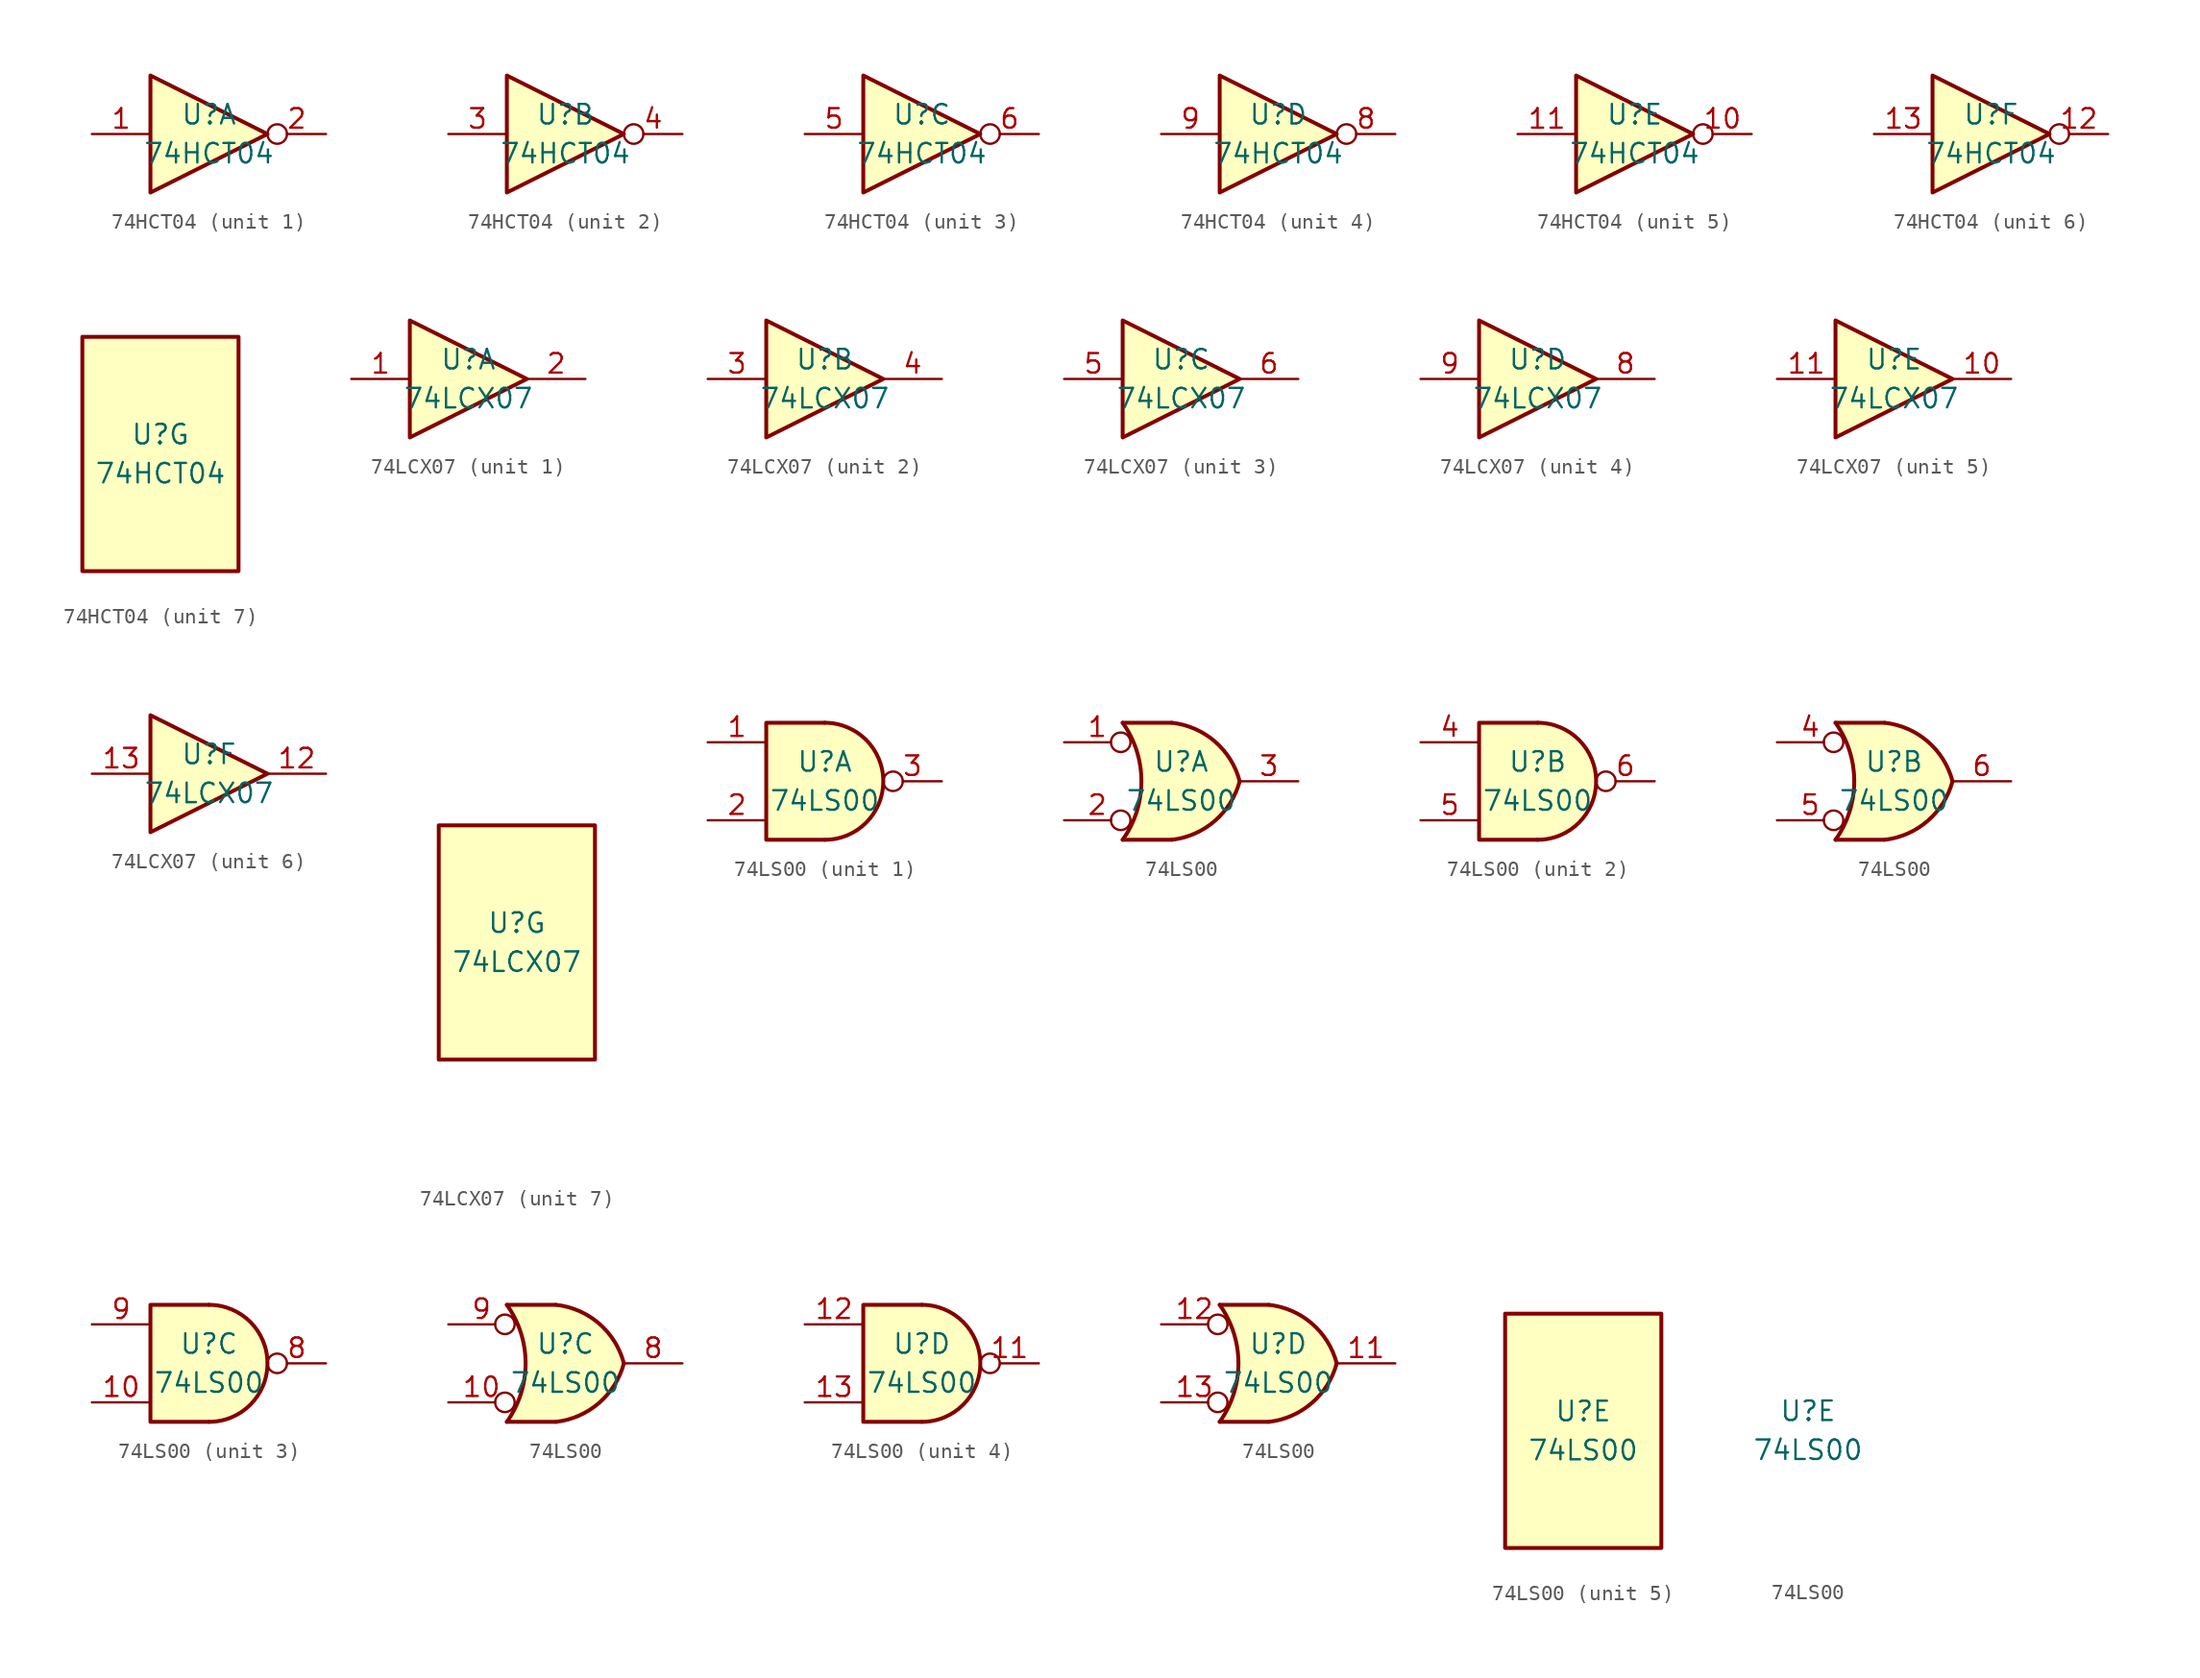
<source format=kicad_sym>
(kicad_symbol_lib
  (version 20211014)
  (generator kicad_symbol_editor)
  (symbol "74HCT04"
    (pin_names
      (offset 1.016))
    (property "Reference" "U"
      (at 0 1.27 0)
      (effects (font (size 1.27 1.27))))
    (property "Value" "74HCT04"
      (at 0 -1.27 0)
      (effects (font (size 1.27 1.27))))
    (property "ki_locked" ""
      (at 0 0 0)
      (effects (font (size 1.27 1.27))))
    (symbol "74HCT04_1_0"
      (polyline (pts (xy -3.81 3.81) (xy -3.81 -3.81) (xy 3.81 0) (xy -3.81 3.81)) (stroke (width 0.254) (type default) (color 0 0 0 0)) (fill (type background)))
      (pin input line (at -7.62 0 0) (length 3.81) (name "~" (effects (font (size 1.27 1.27)))) (number "1" (effects (font (size 1.27 1.27)))))
      (pin output inverted (at 7.62 0 180) (length 3.81) (name "~" (effects (font (size 1.27 1.27)))) (number "2" (effects (font (size 1.27 1.27))))))
    (symbol "74HCT04_2_0"
      (polyline (pts (xy -3.81 3.81) (xy -3.81 -3.81) (xy 3.81 0) (xy -3.81 3.81)) (stroke (width 0.254) (type default) (color 0 0 0 0)) (fill (type background)))
      (pin input line (at -7.62 0 0) (length 3.81) (name "~" (effects (font (size 1.27 1.27)))) (number "3" (effects (font (size 1.27 1.27)))))
      (pin output inverted (at 7.62 0 180) (length 3.81) (name "~" (effects (font (size 1.27 1.27)))) (number "4" (effects (font (size 1.27 1.27))))))
    (symbol "74HCT04_3_0"
      (polyline (pts (xy -3.81 3.81) (xy -3.81 -3.81) (xy 3.81 0) (xy -3.81 3.81)) (stroke (width 0.254) (type default) (color 0 0 0 0)) (fill (type background)))
      (pin input line (at -7.62 0 0) (length 3.81) (name "~" (effects (font (size 1.27 1.27)))) (number "5" (effects (font (size 1.27 1.27)))))
      (pin output inverted (at 7.62 0 180) (length 3.81) (name "~" (effects (font (size 1.27 1.27)))) (number "6" (effects (font (size 1.27 1.27))))))
    (symbol "74HCT04_4_0"
      (polyline (pts (xy -3.81 3.81) (xy -3.81 -3.81) (xy 3.81 0) (xy -3.81 3.81)) (stroke (width 0.254) (type default) (color 0 0 0 0)) (fill (type background)))
      (pin output inverted (at 7.62 0 180) (length 3.81) (name "~" (effects (font (size 1.27 1.27)))) (number "8" (effects (font (size 1.27 1.27)))))
      (pin input line (at -7.62 0 0) (length 3.81) (name "~" (effects (font (size 1.27 1.27)))) (number "9" (effects (font (size 1.27 1.27))))))
    (symbol "74HCT04_5_0"
      (polyline (pts (xy -3.81 3.81) (xy -3.81 -3.81) (xy 3.81 0) (xy -3.81 3.81)) (stroke (width 0.254) (type default) (color 0 0 0 0)) (fill (type background)))
      (pin output inverted (at 7.62 0 180) (length 3.81) (name "~" (effects (font (size 1.27 1.27)))) (number "10" (effects (font (size 1.27 1.27)))))
      (pin input line (at -7.62 0 0) (length 3.81) (name "~" (effects (font (size 1.27 1.27)))) (number "11" (effects (font (size 1.27 1.27))))))
    (symbol "74HCT04_6_0"
      (polyline (pts (xy -3.81 3.81) (xy -3.81 -3.81) (xy 3.81 0) (xy -3.81 3.81)) (stroke (width 0.254) (type default) (color 0 0 0 0)) (fill (type background)))
      (pin output inverted (at 7.62 0 180) (length 3.81) (name "~" (effects (font (size 1.27 1.27)))) (number "12" (effects (font (size 1.27 1.27)))))
      (pin input line (at -7.62 0 0) (length 3.81) (name "~" (effects (font (size 1.27 1.27)))) (number "13" (effects (font (size 1.27 1.27))))))
    (symbol "74HCT04_7_0"
      (pin power_in line (at 0 7.62 270) (length 5.08) hide (name "VCC" (effects (font (size 1.27 1.27)))) (number "14" (effects (font (size 1.27 1.27)))))
      (pin power_in line (at 1.27 -7.62 90) (length 5.08) hide (name "VSS" (effects (font (size 1.27 1.27)))) (number "7" (effects (font (size 1.27 1.27))))))
    (symbol "74HCT04_7_1"
      (rectangle (start -5.08 7.62) (end 5.08 -7.62) (stroke (width 0.254) (type default) (color 0 0 0 0)) (fill (type background)))))
  (symbol "74LCX07"
    (pin_names
      (offset 1.016))
    (property "Reference" "U"
      (at 0 1.27 0)
      (effects (font (size 1.27 1.27))))
    (property "Value" "74LCX07"
      (at 0 -1.27 0)
      (effects (font (size 1.27 1.27))))
    (property "ki_locked" ""
      (at 0 0 0)
      (effects (font (size 1.27 1.27))))
    (symbol "74LCX07_1_0"
      (polyline (pts (xy -3.81 3.81) (xy -3.81 -3.81) (xy 3.81 0) (xy -3.81 3.81)) (stroke (width 0.254) (type default) (color 0 0 0 0)) (fill (type background)))
      (pin input line (at -7.62 0 0) (length 3.81) (name "~" (effects (font (size 1.27 1.27)))) (number "1" (effects (font (size 1.27 1.27)))))
      (pin open_collector line (at 7.62 0 180) (length 3.81) (name "~" (effects (font (size 1.27 1.27)))) (number "2" (effects (font (size 1.27 1.27))))))
    (symbol "74LCX07_2_0"
      (polyline (pts (xy -3.81 3.81) (xy -3.81 -3.81) (xy 3.81 0) (xy -3.81 3.81)) (stroke (width 0.254) (type default) (color 0 0 0 0)) (fill (type background)))
      (pin input line (at -7.62 0 0) (length 3.81) (name "~" (effects (font (size 1.27 1.27)))) (number "3" (effects (font (size 1.27 1.27)))))
      (pin open_collector line (at 7.62 0 180) (length 3.81) (name "~" (effects (font (size 1.27 1.27)))) (number "4" (effects (font (size 1.27 1.27))))))
    (symbol "74LCX07_3_0"
      (polyline (pts (xy -3.81 3.81) (xy -3.81 -3.81) (xy 3.81 0) (xy -3.81 3.81)) (stroke (width 0.254) (type default) (color 0 0 0 0)) (fill (type background)))
      (pin input line (at -7.62 0 0) (length 3.81) (name "~" (effects (font (size 1.27 1.27)))) (number "5" (effects (font (size 1.27 1.27)))))
      (pin open_collector line (at 7.62 0 180) (length 3.81) (name "~" (effects (font (size 1.27 1.27)))) (number "6" (effects (font (size 1.27 1.27))))))
    (symbol "74LCX07_4_0"
      (polyline (pts (xy -3.81 3.81) (xy -3.81 -3.81) (xy 3.81 0) (xy -3.81 3.81)) (stroke (width 0.254) (type default) (color 0 0 0 0)) (fill (type background)))
      (pin open_collector line (at 7.62 0 180) (length 3.81) (name "~" (effects (font (size 1.27 1.27)))) (number "8" (effects (font (size 1.27 1.27)))))
      (pin input line (at -7.62 0 0) (length 3.81) (name "~" (effects (font (size 1.27 1.27)))) (number "9" (effects (font (size 1.27 1.27))))))
    (symbol "74LCX07_5_0"
      (polyline (pts (xy -3.81 3.81) (xy -3.81 -3.81) (xy 3.81 0) (xy -3.81 3.81)) (stroke (width 0.254) (type default) (color 0 0 0 0)) (fill (type background)))
      (pin open_collector line (at 7.62 0 180) (length 3.81) (name "~" (effects (font (size 1.27 1.27)))) (number "10" (effects (font (size 1.27 1.27)))))
      (pin input line (at -7.62 0 0) (length 3.81) (name "~" (effects (font (size 1.27 1.27)))) (number "11" (effects (font (size 1.27 1.27))))))
    (symbol "74LCX07_6_0"
      (polyline (pts (xy -3.81 3.81) (xy -3.81 -3.81) (xy 3.81 0) (xy -3.81 3.81)) (stroke (width 0.254) (type default) (color 0 0 0 0)) (fill (type background)))
      (pin open_collector line (at 7.62 0 180) (length 3.81) (name "~" (effects (font (size 1.27 1.27)))) (number "12" (effects (font (size 1.27 1.27)))))
      (pin input line (at -7.62 0 0) (length 3.81) (name "~" (effects (font (size 1.27 1.27)))) (number "13" (effects (font (size 1.27 1.27))))))
    (symbol "74LCX07_7_0"
      (pin input line (at 0 12.7 270) (length 5.08) hide (name "VCC" (effects (font (size 1.27 1.27)))) (number "14" (effects (font (size 1.27 1.27)))))
      (pin input line (at 0 -12.7 90) (length 5.08) hide (name "GND" (effects (font (size 1.27 1.27)))) (number "7" (effects (font (size 1.27 1.27))))))
    (symbol "74LCX07_7_1"
      (rectangle (start -5.08 7.62) (end 5.08 -7.62) (stroke (width 0.254) (type default) (color 0 0 0 0)) (fill (type background)))))
  (symbol "74LS00"
    (pin_names
      (offset 1.016))
    (property "Reference" "U"
      (at 0 1.27 0)
      (effects (font (size 1.27 1.27))))
    (property "Value" "74LS00"
      (at 0 -1.27 0)
      (effects (font (size 1.27 1.27))))
    (property "ki_locked" ""
      (at 0 0 0)
      (effects (font (size 1.27 1.27))))
    (symbol "74LS00_1_1"
      (arc (start 0 -3.81) (mid 3.81 0) (end 0 3.81) (stroke (width 0.254) (type default) (color 0 0 0 0)) (fill (type background)))
      (polyline (pts (xy 0 3.81) (xy -3.81 3.81) (xy -3.81 -3.81) (xy 0 -3.81)) (stroke (width 0.254) (type default) (color 0 0 0 0)) (fill (type background)))
      (pin input line (at -7.62 2.54 0) (length 3.81) (name "~" (effects (font (size 1.27 1.27)))) (number "1" (effects (font (size 1.27 1.27)))))
      (pin input line (at -7.62 -2.54 0) (length 3.81) (name "~" (effects (font (size 1.27 1.27)))) (number "2" (effects (font (size 1.27 1.27)))))
      (pin output inverted (at 7.62 0 180) (length 3.81) (name "~" (effects (font (size 1.27 1.27)))) (number "3" (effects (font (size 1.27 1.27))))))
    (symbol "74LS00_1_2"
      (arc (start -3.81 -3.81) (mid -2.589 0) (end -3.81 3.81) (stroke (width 0.254) (type default) (color 0 0 0 0)) (fill (type none)))
      (arc (start -0.6096 -3.81) (mid 2.1842 -2.5851) (end 3.81 0) (stroke (width 0.254) (type default) (color 0 0 0 0)) (fill (type background)))
      (polyline (pts (xy -3.81 -3.81) (xy -0.635 -3.81)) (stroke (width 0.254) (type default) (color 0 0 0 0)) (fill (type background)))
      (polyline (pts (xy -3.81 3.81) (xy -0.635 3.81)) (stroke (width 0.254) (type default) (color 0 0 0 0)) (fill (type background)))
      (polyline (pts (xy -0.635 3.81) (xy -3.81 3.81) (xy -3.81 3.81) (xy -3.556 3.404) (xy -3.023 2.261) (xy -2.692 1.041) (xy -2.616 -0.254) (xy -2.769 -1.499) (xy -3.175 -2.718) (xy -3.81 -3.81) (xy -3.81 -3.81) (xy -0.635 -3.81)) (stroke (width -25.4) (type default) (color 0 0 0 0)) (fill (type background)))
      (arc (start 3.81 0) (mid 2.1915 2.5936) (end -0.6096 3.81) (stroke (width 0.254) (type default) (color 0 0 0 0)) (fill (type background)))
      (pin input inverted (at -7.62 2.54 0) (length 4.318) (name "~" (effects (font (size 1.27 1.27)))) (number "1" (effects (font (size 1.27 1.27)))))
      (pin input inverted (at -7.62 -2.54 0) (length 4.318) (name "~" (effects (font (size 1.27 1.27)))) (number "2" (effects (font (size 1.27 1.27)))))
      (pin output line (at 7.62 0 180) (length 3.81) (name "~" (effects (font (size 1.27 1.27)))) (number "3" (effects (font (size 1.27 1.27))))))
    (symbol "74LS00_2_1"
      (arc (start 0 -3.81) (mid 3.81 0) (end 0 3.81) (stroke (width 0.254) (type default) (color 0 0 0 0)) (fill (type background)))
      (polyline (pts (xy 0 3.81) (xy -3.81 3.81) (xy -3.81 -3.81) (xy 0 -3.81)) (stroke (width 0.254) (type default) (color 0 0 0 0)) (fill (type background)))
      (pin input line (at -7.62 2.54 0) (length 3.81) (name "~" (effects (font (size 1.27 1.27)))) (number "4" (effects (font (size 1.27 1.27)))))
      (pin input line (at -7.62 -2.54 0) (length 3.81) (name "~" (effects (font (size 1.27 1.27)))) (number "5" (effects (font (size 1.27 1.27)))))
      (pin output inverted (at 7.62 0 180) (length 3.81) (name "~" (effects (font (size 1.27 1.27)))) (number "6" (effects (font (size 1.27 1.27))))))
    (symbol "74LS00_2_2"
      (arc (start -3.81 -3.81) (mid -2.589 0) (end -3.81 3.81) (stroke (width 0.254) (type default) (color 0 0 0 0)) (fill (type none)))
      (arc (start -0.6096 -3.81) (mid 2.1842 -2.5851) (end 3.81 0) (stroke (width 0.254) (type default) (color 0 0 0 0)) (fill (type background)))
      (polyline (pts (xy -3.81 -3.81) (xy -0.635 -3.81)) (stroke (width 0.254) (type default) (color 0 0 0 0)) (fill (type background)))
      (polyline (pts (xy -3.81 3.81) (xy -0.635 3.81)) (stroke (width 0.254) (type default) (color 0 0 0 0)) (fill (type background)))
      (polyline (pts (xy -0.635 3.81) (xy -3.81 3.81) (xy -3.81 3.81) (xy -3.556 3.404) (xy -3.023 2.261) (xy -2.692 1.041) (xy -2.616 -0.254) (xy -2.769 -1.499) (xy -3.175 -2.718) (xy -3.81 -3.81) (xy -3.81 -3.81) (xy -0.635 -3.81)) (stroke (width -25.4) (type default) (color 0 0 0 0)) (fill (type background)))
      (arc (start 3.81 0) (mid 2.1915 2.5936) (end -0.6096 3.81) (stroke (width 0.254) (type default) (color 0 0 0 0)) (fill (type background)))
      (pin input inverted (at -7.62 2.54 0) (length 4.318) (name "~" (effects (font (size 1.27 1.27)))) (number "4" (effects (font (size 1.27 1.27)))))
      (pin input inverted (at -7.62 -2.54 0) (length 4.318) (name "~" (effects (font (size 1.27 1.27)))) (number "5" (effects (font (size 1.27 1.27)))))
      (pin output line (at 7.62 0 180) (length 3.81) (name "~" (effects (font (size 1.27 1.27)))) (number "6" (effects (font (size 1.27 1.27))))))
    (symbol "74LS00_3_1"
      (arc (start 0 -3.81) (mid 3.81 0) (end 0 3.81) (stroke (width 0.254) (type default) (color 0 0 0 0)) (fill (type background)))
      (polyline (pts (xy 0 3.81) (xy -3.81 3.81) (xy -3.81 -3.81) (xy 0 -3.81)) (stroke (width 0.254) (type default) (color 0 0 0 0)) (fill (type background)))
      (pin input line (at -7.62 -2.54 0) (length 3.81) (name "~" (effects (font (size 1.27 1.27)))) (number "10" (effects (font (size 1.27 1.27)))))
      (pin output inverted (at 7.62 0 180) (length 3.81) (name "~" (effects (font (size 1.27 1.27)))) (number "8" (effects (font (size 1.27 1.27)))))
      (pin input line (at -7.62 2.54 0) (length 3.81) (name "~" (effects (font (size 1.27 1.27)))) (number "9" (effects (font (size 1.27 1.27))))))
    (symbol "74LS00_3_2"
      (arc (start -3.81 -3.81) (mid -2.589 0) (end -3.81 3.81) (stroke (width 0.254) (type default) (color 0 0 0 0)) (fill (type none)))
      (arc (start -0.6096 -3.81) (mid 2.1842 -2.5851) (end 3.81 0) (stroke (width 0.254) (type default) (color 0 0 0 0)) (fill (type background)))
      (polyline (pts (xy -3.81 -3.81) (xy -0.635 -3.81)) (stroke (width 0.254) (type default) (color 0 0 0 0)) (fill (type background)))
      (polyline (pts (xy -3.81 3.81) (xy -0.635 3.81)) (stroke (width 0.254) (type default) (color 0 0 0 0)) (fill (type background)))
      (polyline (pts (xy -0.635 3.81) (xy -3.81 3.81) (xy -3.81 3.81) (xy -3.556 3.404) (xy -3.023 2.261) (xy -2.692 1.041) (xy -2.616 -0.254) (xy -2.769 -1.499) (xy -3.175 -2.718) (xy -3.81 -3.81) (xy -3.81 -3.81) (xy -0.635 -3.81)) (stroke (width -25.4) (type default) (color 0 0 0 0)) (fill (type background)))
      (arc (start 3.81 0) (mid 2.1915 2.5936) (end -0.6096 3.81) (stroke (width 0.254) (type default) (color 0 0 0 0)) (fill (type background)))
      (pin input inverted (at -7.62 -2.54 0) (length 4.318) (name "~" (effects (font (size 1.27 1.27)))) (number "10" (effects (font (size 1.27 1.27)))))
      (pin output line (at 7.62 0 180) (length 3.81) (name "~" (effects (font (size 1.27 1.27)))) (number "8" (effects (font (size 1.27 1.27)))))
      (pin input inverted (at -7.62 2.54 0) (length 4.318) (name "~" (effects (font (size 1.27 1.27)))) (number "9" (effects (font (size 1.27 1.27))))))
    (symbol "74LS00_4_1"
      (arc (start 0 -3.81) (mid 3.81 0) (end 0 3.81) (stroke (width 0.254) (type default) (color 0 0 0 0)) (fill (type background)))
      (polyline (pts (xy 0 3.81) (xy -3.81 3.81) (xy -3.81 -3.81) (xy 0 -3.81)) (stroke (width 0.254) (type default) (color 0 0 0 0)) (fill (type background)))
      (pin output inverted (at 7.62 0 180) (length 3.81) (name "~" (effects (font (size 1.27 1.27)))) (number "11" (effects (font (size 1.27 1.27)))))
      (pin input line (at -7.62 2.54 0) (length 3.81) (name "~" (effects (font (size 1.27 1.27)))) (number "12" (effects (font (size 1.27 1.27)))))
      (pin input line (at -7.62 -2.54 0) (length 3.81) (name "~" (effects (font (size 1.27 1.27)))) (number "13" (effects (font (size 1.27 1.27))))))
    (symbol "74LS00_4_2"
      (arc (start -3.81 -3.81) (mid -2.589 0) (end -3.81 3.81) (stroke (width 0.254) (type default) (color 0 0 0 0)) (fill (type none)))
      (arc (start -0.6096 -3.81) (mid 2.1842 -2.5851) (end 3.81 0) (stroke (width 0.254) (type default) (color 0 0 0 0)) (fill (type background)))
      (polyline (pts (xy -3.81 -3.81) (xy -0.635 -3.81)) (stroke (width 0.254) (type default) (color 0 0 0 0)) (fill (type background)))
      (polyline (pts (xy -3.81 3.81) (xy -0.635 3.81)) (stroke (width 0.254) (type default) (color 0 0 0 0)) (fill (type background)))
      (polyline (pts (xy -0.635 3.81) (xy -3.81 3.81) (xy -3.81 3.81) (xy -3.556 3.404) (xy -3.023 2.261) (xy -2.692 1.041) (xy -2.616 -0.254) (xy -2.769 -1.499) (xy -3.175 -2.718) (xy -3.81 -3.81) (xy -3.81 -3.81) (xy -0.635 -3.81)) (stroke (width -25.4) (type default) (color 0 0 0 0)) (fill (type background)))
      (arc (start 3.81 0) (mid 2.1915 2.5936) (end -0.6096 3.81) (stroke (width 0.254) (type default) (color 0 0 0 0)) (fill (type background)))
      (pin output line (at 7.62 0 180) (length 3.81) (name "~" (effects (font (size 1.27 1.27)))) (number "11" (effects (font (size 1.27 1.27)))))
      (pin input inverted (at -7.62 2.54 0) (length 4.318) (name "~" (effects (font (size 1.27 1.27)))) (number "12" (effects (font (size 1.27 1.27)))))
      (pin input inverted (at -7.62 -2.54 0) (length 4.318) (name "~" (effects (font (size 1.27 1.27)))) (number "13" (effects (font (size 1.27 1.27))))))
    (symbol "74LS00_5_0"
      (pin power_in line (at 0 7.62 270) (length 5.08) hide (name "VCC" (effects (font (size 1.27 1.27)))) (number "14" (effects (font (size 1.27 1.27)))))
      (pin power_in line (at 0 -7.62 90) (length 5.08) hide (name "VSS" (effects (font (size 1.27 1.27)))) (number "7" (effects (font (size 1.27 1.27))))))
    (symbol "74LS00_5_1"
      (rectangle (start -5.08 7.62) (end 5.08 -7.62) (stroke (width 0.254) (type default) (color 0 0 0 0)) (fill (type background))))))
</source>
